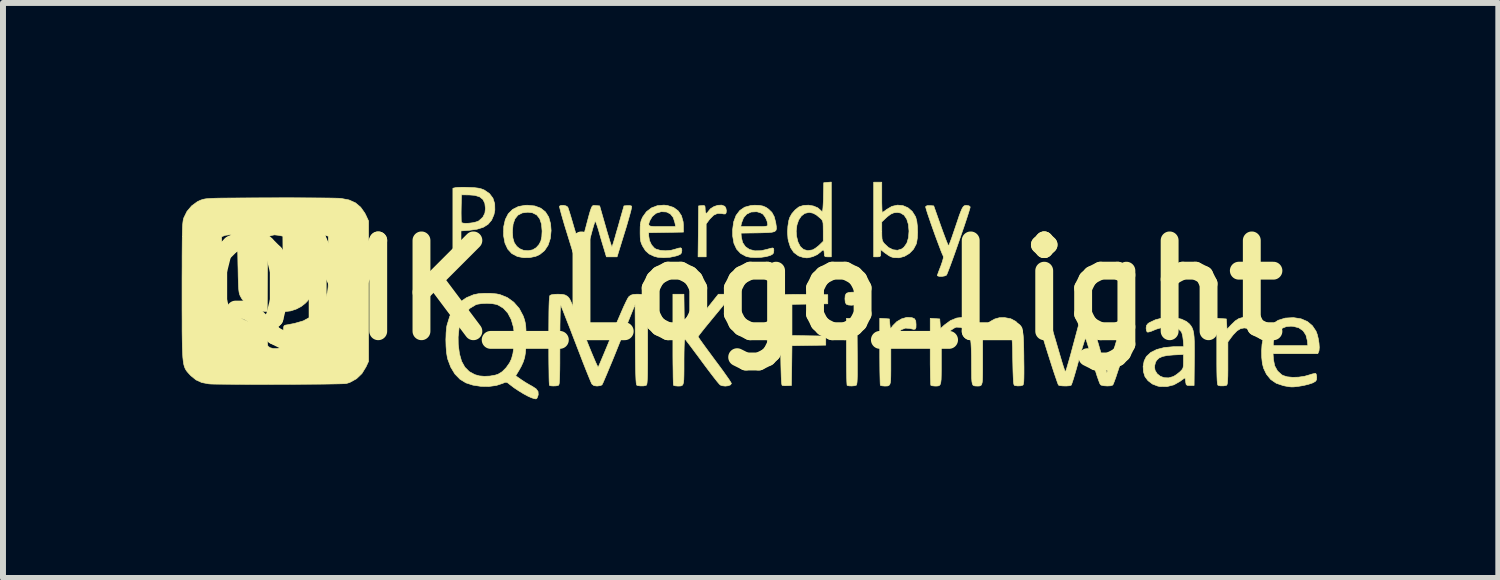
<source format=kicad_pcb>
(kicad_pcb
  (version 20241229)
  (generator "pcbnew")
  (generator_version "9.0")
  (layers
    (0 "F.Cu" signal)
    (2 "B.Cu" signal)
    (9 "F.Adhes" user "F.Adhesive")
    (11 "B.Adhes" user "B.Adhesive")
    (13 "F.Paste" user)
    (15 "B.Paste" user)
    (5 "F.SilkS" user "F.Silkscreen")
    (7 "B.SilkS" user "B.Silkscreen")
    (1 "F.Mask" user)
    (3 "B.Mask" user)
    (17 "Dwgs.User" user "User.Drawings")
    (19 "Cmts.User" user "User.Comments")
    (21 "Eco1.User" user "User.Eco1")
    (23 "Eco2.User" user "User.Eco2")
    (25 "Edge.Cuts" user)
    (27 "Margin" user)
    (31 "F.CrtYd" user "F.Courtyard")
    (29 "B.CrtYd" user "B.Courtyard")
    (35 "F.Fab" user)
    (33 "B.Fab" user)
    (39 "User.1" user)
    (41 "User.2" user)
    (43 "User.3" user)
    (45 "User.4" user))
  (footprint "QMK_Logo_Light"
    (layer "F.Cu")
    (at 9.393 1.819)
    (property "Reference" "QMK_Logo_Light" (at 0 0 0) (layer "F.SilkS") (effects (font (size 1.524 1.524) (thickness 0.3))))
    (attr through_hole)
    (fp_poly (pts (xy 1.91 0.039) (xy 1.94 0.056) (xy 1.947 0.067) (xy 1.962 0.119) (xy 1.961 0.176) (xy 1.943 0.221) (xy 1.938 0.227) (xy 1.901 0.246) (xy 1.848 0.253) (xy 1.794 0.249) (xy 1.761 0.237) (xy 1.742 0.207) (xy 1.736 0.147) (xy 1.736 0.144) (xy 1.741 0.087) (xy 1.761 0.053) (xy 1.802 0.038) (xy 1.858 0.034) (xy 1.91 0.039)) (stroke (width 0.01) (type solid)) (fill yes) (layer "F.SilkS"))
    (fp_poly (pts (xy 1.939 0.483) (xy 1.943 1.032) (xy 1.944 1.19) (xy 1.944 1.318) (xy 1.944 1.417) (xy 1.942 1.492) (xy 1.939 1.544) (xy 1.934 1.576) (xy 1.929 1.592) (xy 1.926 1.595) (xy 1.895 1.604) (xy 1.85 1.608) (xy 1.804 1.606) (xy 1.775 1.599) (xy 1.772 1.597) (xy 1.77 1.578) (xy 1.767 1.529) (xy 1.765 1.455) (xy 1.763 1.359) (xy 1.762 1.245) (xy 1.761 1.117) (xy 1.761 1.029) (xy 1.761 0.472) (xy 1.939 0.483)) (stroke (width 0.01) (type solid)) (fill yes) (layer "F.SilkS"))
    (fp_poly (pts (xy -0.283 -1.408) (xy -0.28 -1.406) (xy -0.262 -1.376) (xy -0.254 -1.335) (xy -0.258 -1.297) (xy -0.269 -1.28) (xy -0.294 -1.278) (xy -0.333 -1.285) (xy -0.401 -1.288) (xy -0.468 -1.258) (xy -0.531 -1.194) (xy -0.539 -1.184) (xy -0.593 -1.111) (xy -0.593 -0.559) (xy -0.729 -0.559) (xy -0.724 -0.986) (xy -0.72 -1.414) (xy -0.665 -1.419) (xy -0.63 -1.421) (xy -0.614 -1.41) (xy -0.61 -1.378) (xy -0.61 -1.356) (xy -0.605 -1.307) (xy -0.591 -1.288) (xy -0.571 -1.301) (xy -0.559 -1.32) (xy -0.519 -1.367) (xy -0.461 -1.403) (xy -0.396 -1.424) (xy -0.333 -1.427) (xy -0.283 -1.408)) (stroke (width 0.01) (type solid)) (fill yes) (layer "F.SilkS"))
    (fp_poly (pts (xy 1.077 0.072) (xy 1.448 0.076) (xy 1.448 0.229) (xy 0.847 0.238) (xy 0.847 0.761) (xy 1.13 0.766) (xy 1.414 0.77) (xy 1.414 0.923) (xy 0.847 0.932) (xy 0.843 1.266) (xy 0.838 1.6) (xy 0.77 1.603) (xy 0.722 1.604) (xy 0.686 1.599) (xy 0.682 1.598) (xy 0.676 1.579) (xy 0.671 1.531) (xy 0.667 1.457) (xy 0.664 1.361) (xy 0.661 1.249) (xy 0.659 1.124) (xy 0.658 0.99) (xy 0.658 0.852) (xy 0.659 0.713) (xy 0.66 0.578) (xy 0.662 0.452) (xy 0.665 0.337) (xy 0.668 0.24) (xy 0.673 0.162) (xy 0.678 0.11) (xy 0.683 0.087) (xy 0.684 0.086) (xy 0.706 0.079) (xy 0.755 0.074) (xy 0.832 0.072) (xy 0.939 0.071) (xy 1.077 0.072)) (stroke (width 0.01) (type solid)) (fill yes) (layer "F.SilkS"))
    (fp_poly (pts (xy 8.518 0.462) (xy 8.56 0.48) (xy 8.58 0.517) (xy 8.585 0.576) (xy 8.584 0.629) (xy 8.575 0.653) (xy 8.551 0.657) (xy 8.505 0.645) (xy 8.503 0.644) (xy 8.436 0.634) (xy 8.375 0.646) (xy 8.315 0.683) (xy 8.252 0.748) (xy 8.21 0.803) (xy 8.162 0.869) (xy 8.162 1.228) (xy 8.162 1.349) (xy 8.161 1.44) (xy 8.158 1.506) (xy 8.155 1.551) (xy 8.15 1.578) (xy 8.143 1.593) (xy 8.135 1.598) (xy 8.09 1.606) (xy 8.036 1.606) (xy 7.997 1.597) (xy 7.991 1.587) (xy 7.986 1.561) (xy 7.982 1.515) (xy 7.979 1.447) (xy 7.977 1.354) (xy 7.976 1.234) (xy 7.976 1.083) (xy 7.976 1.031) (xy 7.976 0.472) (xy 8.136 0.483) (xy 8.142 0.57) (xy 8.147 0.658) (xy 8.217 0.582) (xy 8.285 0.516) (xy 8.346 0.477) (xy 8.411 0.459) (xy 8.45 0.457) (xy 8.518 0.462)) (stroke (width 0.01) (type solid)) (fill yes) (layer "F.SilkS"))
    (fp_poly (pts (xy 2.861 0.462) (xy 2.903 0.48) (xy 2.924 0.516) (xy 2.929 0.575) (xy 2.929 0.576) (xy 2.928 0.627) (xy 2.917 0.653) (xy 2.891 0.658) (xy 2.842 0.647) (xy 2.824 0.643) (xy 2.752 0.637) (xy 2.683 0.663) (xy 2.613 0.721) (xy 2.572 0.77) (xy 2.506 0.858) (xy 2.506 1.223) (xy 2.506 1.347) (xy 2.505 1.441) (xy 2.503 1.509) (xy 2.497 1.556) (xy 2.487 1.585) (xy 2.471 1.601) (xy 2.449 1.608) (xy 2.42 1.609) (xy 2.398 1.609) (xy 2.356 1.605) (xy 2.332 1.598) (xy 2.331 1.597) (xy 2.328 1.578) (xy 2.326 1.529) (xy 2.324 1.455) (xy 2.322 1.359) (xy 2.321 1.245) (xy 2.32 1.117) (xy 2.32 1.029) (xy 2.32 0.472) (xy 2.4 0.477) (xy 2.481 0.483) (xy 2.489 0.567) (xy 2.498 0.652) (xy 2.54 0.595) (xy 2.606 0.529) (xy 2.686 0.482) (xy 2.769 0.458) (xy 2.792 0.457) (xy 2.861 0.462)) (stroke (width 0.01) (type solid)) (fill yes) (layer "F.SilkS"))
    (fp_poly (pts (xy -4.633 -1.726) (xy -4.576 -1.724) (xy -4.485 -1.72) (xy -4.419 -1.712) (xy -4.367 -1.7) (xy -4.321 -1.682) (xy -4.313 -1.678) (xy -4.229 -1.62) (xy -4.171 -1.543) (xy -4.141 -1.449) (xy -4.139 -1.343) (xy -4.154 -1.268) (xy -4.193 -1.176) (xy -4.252 -1.106) (xy -4.333 -1.055) (xy -4.44 -1.022) (xy -4.563 -1.005) (xy -4.707 -0.994) (xy -4.707 -0.559) (xy -4.843 -0.559) (xy -4.843 -1.297) (xy -4.705 -1.297) (xy -4.704 -1.223) (xy -4.703 -1.168) (xy -4.7 -1.139) (xy -4.699 -1.138) (xy -4.678 -1.125) (xy -4.634 -1.121) (xy -4.575 -1.123) (xy -4.512 -1.131) (xy -4.455 -1.144) (xy -4.411 -1.161) (xy -4.404 -1.166) (xy -4.34 -1.225) (xy -4.306 -1.293) (xy -4.297 -1.37) (xy -4.307 -1.457) (xy -4.339 -1.522) (xy -4.394 -1.566) (xy -4.475 -1.591) (xy -4.568 -1.598) (xy -4.699 -1.6) (xy -4.704 -1.381) (xy -4.705 -1.297) (xy -4.843 -1.297) (xy -4.843 -1.71) (xy -4.8 -1.72) (xy -4.766 -1.724) (xy -4.707 -1.726) (xy -4.633 -1.726)) (stroke (width 0.01) (type solid)) (fill yes) (layer "F.SilkS"))
    (fp_poly (pts (xy -3.468 -1.413) (xy -3.368 -1.375) (xy -3.29 -1.313) (xy -3.235 -1.226) (xy -3.204 -1.114) (xy -3.195 -0.999) (xy -3.208 -0.867) (xy -3.245 -0.755) (xy -3.305 -0.664) (xy -3.386 -0.598) (xy -3.452 -0.568) (xy -3.551 -0.547) (xy -3.656 -0.545) (xy -3.753 -0.563) (xy -3.765 -0.567) (xy -3.855 -0.615) (xy -3.923 -0.69) (xy -3.969 -0.789) (xy -3.992 -0.912) (xy -3.993 -0.925) (xy -3.992 -0.981) (xy -3.844 -0.981) (xy -3.837 -0.877) (xy -3.814 -0.797) (xy -3.772 -0.736) (xy -3.725 -0.697) (xy -3.657 -0.668) (xy -3.578 -0.662) (xy -3.503 -0.677) (xy -3.444 -0.713) (xy -3.397 -0.766) (xy -3.367 -0.824) (xy -3.351 -0.897) (xy -3.346 -0.992) (xy -3.356 -1.109) (xy -3.386 -1.199) (xy -3.436 -1.262) (xy -3.507 -1.298) (xy -3.585 -1.308) (xy -3.679 -1.296) (xy -3.751 -1.259) (xy -3.802 -1.196) (xy -3.833 -1.107) (xy -3.844 -0.99) (xy -3.844 -0.981) (xy -3.992 -0.981) (xy -3.99 -1.067) (xy -3.963 -1.186) (xy -3.913 -1.283) (xy -3.84 -1.355) (xy -3.745 -1.403) (xy -3.63 -1.424) (xy -3.591 -1.425) (xy -3.468 -1.413)) (stroke (width 0.01) (type solid)) (fill yes) (layer "F.SilkS"))
    (fp_poly (pts (xy -1.241 -1.42) (xy -1.139 -1.387) (xy -1.061 -1.329) (xy -1.008 -1.249) (xy -0.979 -1.146) (xy -0.975 -1.084) (xy -0.974 -0.974) (xy -1.558 -0.964) (xy -1.557 -0.91) (xy -1.544 -0.832) (xy -1.51 -0.76) (xy -1.461 -0.705) (xy -1.435 -0.689) (xy -1.363 -0.668) (xy -1.274 -0.661) (xy -1.182 -0.669) (xy -1.118 -0.686) (xy -1.056 -0.705) (xy -1.02 -0.71) (xy -1.004 -0.697) (xy -1.001 -0.667) (xy -1.002 -0.657) (xy -1.008 -0.625) (xy -1.024 -0.604) (xy -1.058 -0.587) (xy -1.101 -0.573) (xy -1.2 -0.552) (xy -1.306 -0.545) (xy -1.405 -0.552) (xy -1.464 -0.567) (xy -1.549 -0.607) (xy -1.611 -0.662) (xy -1.659 -0.738) (xy -1.68 -0.783) (xy -1.693 -0.826) (xy -1.699 -0.879) (xy -1.701 -0.951) (xy -1.701 -0.982) (xy -1.7 -1.063) (xy -1.696 -1.103) (xy -1.558 -1.103) (xy -1.55 -1.084) (xy -1.524 -1.073) (xy -1.475 -1.068) (xy -1.399 -1.067) (xy -1.332 -1.067) (xy -1.105 -1.067) (xy -1.117 -1.13) (xy -1.145 -1.219) (xy -1.193 -1.279) (xy -1.259 -1.312) (xy -1.345 -1.317) (xy -1.35 -1.316) (xy -1.432 -1.291) (xy -1.496 -1.238) (xy -1.535 -1.173) (xy -1.551 -1.132) (xy -1.558 -1.103) (xy -1.696 -1.103) (xy -1.695 -1.122) (xy -1.684 -1.168) (xy -1.665 -1.213) (xy -1.658 -1.228) (xy -1.595 -1.316) (xy -1.511 -1.38) (xy -1.411 -1.418) (xy -1.301 -1.427) (xy -1.241 -1.42)) (stroke (width 0.01) (type solid)) (fill yes) (layer "F.SilkS"))
    (fp_poly (pts (xy 2.354 -1.558) (xy 2.354 -1.469) (xy 2.356 -1.394) (xy 2.358 -1.339) (xy 2.361 -1.308) (xy 2.363 -1.304) (xy 2.381 -1.314) (xy 2.415 -1.338) (xy 2.435 -1.354) (xy 2.524 -1.406) (xy 2.617 -1.427) (xy 2.708 -1.419) (xy 2.793 -1.383) (xy 2.865 -1.321) (xy 2.919 -1.235) (xy 2.925 -1.22) (xy 2.942 -1.154) (xy 2.952 -1.066) (xy 2.955 -0.97) (xy 2.951 -0.877) (xy 2.939 -0.8) (xy 2.932 -0.774) (xy 2.886 -0.687) (xy 2.818 -0.617) (xy 2.736 -0.568) (xy 2.646 -0.543) (xy 2.554 -0.546) (xy 2.508 -0.56) (xy 2.471 -0.58) (xy 2.423 -0.613) (xy 2.402 -0.628) (xy 2.337 -0.68) (xy 2.337 -0.619) (xy 2.334 -0.579) (xy 2.32 -0.562) (xy 2.285 -0.559) (xy 2.278 -0.559) (xy 2.218 -0.559) (xy 2.218 -1.145) (xy 2.354 -1.145) (xy 2.354 -0.988) (xy 2.355 -0.913) (xy 2.358 -0.863) (xy 2.366 -0.828) (xy 2.381 -0.801) (xy 2.398 -0.78) (xy 2.468 -0.715) (xy 2.543 -0.678) (xy 2.618 -0.669) (xy 2.688 -0.691) (xy 2.726 -0.72) (xy 2.775 -0.789) (xy 2.803 -0.883) (xy 2.811 -0.991) (xy 2.801 -1.103) (xy 2.773 -1.193) (xy 2.729 -1.258) (xy 2.669 -1.295) (xy 2.614 -1.304) (xy 2.557 -1.298) (xy 2.505 -1.276) (xy 2.449 -1.234) (xy 2.417 -1.205) (xy 2.354 -1.145) (xy 2.218 -1.145) (xy 2.218 -1.812) (xy 2.354 -1.812) (xy 2.354 -1.558)) (stroke (width 0.01) (type solid)) (fill yes) (layer "F.SilkS"))
    (fp_poly (pts (xy 3.818 -1.415) (xy 3.838 -1.397) (xy 3.834 -1.377) (xy 3.82 -1.33) (xy 3.798 -1.26) (xy 3.769 -1.171) (xy 3.735 -1.069) (xy 3.696 -0.957) (xy 3.656 -0.84) (xy 3.615 -0.722) (xy 3.575 -0.608) (xy 3.537 -0.503) (xy 3.503 -0.41) (xy 3.474 -0.335) (xy 3.453 -0.281) (xy 3.441 -0.254) (xy 3.439 -0.252) (xy 3.411 -0.239) (xy 3.367 -0.231) (xy 3.324 -0.231) (xy 3.315 -0.232) (xy 3.29 -0.241) (xy 3.285 -0.245) (xy 3.291 -0.262) (xy 3.306 -0.304) (xy 3.328 -0.362) (xy 3.343 -0.399) (xy 3.372 -0.483) (xy 3.387 -0.539) (xy 3.386 -0.571) (xy 3.384 -0.575) (xy 3.37 -0.605) (xy 3.347 -0.661) (xy 3.319 -0.735) (xy 3.286 -0.823) (xy 3.25 -0.92) (xy 3.214 -1.021) (xy 3.179 -1.12) (xy 3.148 -1.211) (xy 3.121 -1.29) (xy 3.102 -1.352) (xy 3.091 -1.391) (xy 3.09 -1.402) (xy 3.114 -1.418) (xy 3.162 -1.419) (xy 3.226 -1.414) (xy 3.344 -1.08) (xy 3.38 -0.98) (xy 3.413 -0.892) (xy 3.44 -0.821) (xy 3.461 -0.771) (xy 3.473 -0.747) (xy 3.474 -0.745) (xy 3.483 -0.76) (xy 3.5 -0.803) (xy 3.524 -0.867) (xy 3.552 -0.949) (xy 3.582 -1.037) (xy 3.623 -1.158) (xy 3.654 -1.251) (xy 3.68 -1.319) (xy 3.7 -1.366) (xy 3.718 -1.396) (xy 3.735 -1.413) (xy 3.752 -1.421) (xy 3.773 -1.422) (xy 3.777 -1.422) (xy 3.818 -1.415)) (stroke (width 0.01) (type solid)) (fill yes) (layer "F.SilkS"))
    (fp_poly (pts (xy 0.301 -1.422) (xy 0.36 -1.411) (xy 0.411 -1.389) (xy 0.453 -1.36) (xy 0.51 -1.305) (xy 0.549 -1.233) (xy 0.574 -1.136) (xy 0.576 -1.123) (xy 0.584 -1.069) (xy 0.586 -1.029) (xy 0.577 -1.001) (xy 0.554 -0.983) (xy 0.511 -0.972) (xy 0.446 -0.966) (xy 0.354 -0.963) (xy 0.275 -0.961) (xy -0.008 -0.957) (xy -0.003 -0.889) (xy 0.019 -0.798) (xy 0.066 -0.729) (xy 0.134 -0.683) (xy 0.223 -0.66) (xy 0.329 -0.662) (xy 0.433 -0.686) (xy 0.491 -0.703) (xy 0.523 -0.708) (xy 0.538 -0.7) (xy 0.542 -0.678) (xy 0.542 -0.66) (xy 0.537 -0.623) (xy 0.515 -0.599) (xy 0.478 -0.581) (xy 0.413 -0.563) (xy 0.329 -0.551) (xy 0.238 -0.547) (xy 0.153 -0.551) (xy 0.087 -0.563) (xy 0.078 -0.566) (xy -0.014 -0.616) (xy -0.082 -0.689) (xy -0.127 -0.786) (xy -0.148 -0.908) (xy -0.149 -1.014) (xy -0.142 -1.067) (xy -0.013 -1.067) (xy 0.213 -1.067) (xy 0.305 -1.067) (xy 0.368 -1.068) (xy 0.407 -1.072) (xy 0.429 -1.077) (xy 0.438 -1.087) (xy 0.44 -1.1) (xy 0.44 -1.101) (xy 0.429 -1.158) (xy 0.401 -1.221) (xy 0.364 -1.271) (xy 0.359 -1.276) (xy 0.319 -1.298) (xy 0.265 -1.314) (xy 0.249 -1.316) (xy 0.161 -1.311) (xy 0.089 -1.277) (xy 0.035 -1.216) (xy 0.001 -1.129) (xy 0.000086 -1.126) (xy -0.013 -1.067) (xy -0.142 -1.067) (xy -0.131 -1.147) (xy -0.091 -1.254) (xy -0.029 -1.336) (xy 0.053 -1.392) (xy 0.156 -1.42) (xy 0.22 -1.425) (xy 0.301 -1.422)) (stroke (width 0.01) (type solid)) (fill yes) (layer "F.SilkS"))
    (fp_poly (pts (xy 1.507 -0.559) (xy 1.448 -0.559) (xy 1.408 -0.561) (xy 1.392 -0.576) (xy 1.389 -0.614) (xy 1.389 -0.618) (xy 1.384 -0.662) (xy 1.369 -0.675) (xy 1.342 -0.656) (xy 1.328 -0.641) (xy 1.272 -0.597) (xy 1.198 -0.563) (xy 1.12 -0.544) (xy 1.092 -0.542) (xy 1.034 -0.55) (xy 0.97 -0.57) (xy 0.952 -0.578) (xy 0.878 -0.633) (xy 0.823 -0.715) (xy 0.788 -0.825) (xy 0.78 -0.864) (xy 0.773 -0.964) (xy 0.774 -0.993) (xy 0.918 -0.993) (xy 0.923 -0.909) (xy 0.948 -0.807) (xy 0.988 -0.73) (xy 1.043 -0.682) (xy 1.111 -0.663) (xy 1.189 -0.675) (xy 1.197 -0.678) (xy 1.237 -0.701) (xy 1.286 -0.738) (xy 1.308 -0.758) (xy 1.372 -0.82) (xy 1.372 -0.991) (xy 1.371 -1.069) (xy 1.369 -1.121) (xy 1.362 -1.155) (xy 1.351 -1.178) (xy 1.332 -1.199) (xy 1.325 -1.205) (xy 1.259 -1.26) (xy 1.203 -1.291) (xy 1.148 -1.303) (xy 1.129 -1.304) (xy 1.061 -1.288) (xy 1.004 -1.244) (xy 0.959 -1.177) (xy 0.93 -1.092) (xy 0.918 -0.993) (xy 0.774 -0.993) (xy 0.778 -1.07) (xy 0.794 -1.169) (xy 0.81 -1.22) (xy 0.845 -1.283) (xy 0.899 -1.345) (xy 0.957 -1.392) (xy 0.969 -1.399) (xy 1.042 -1.422) (xy 1.125 -1.426) (xy 1.207 -1.412) (xy 1.279 -1.382) (xy 1.32 -1.347) (xy 1.344 -1.325) (xy 1.356 -1.321) (xy 1.362 -1.337) (xy 1.367 -1.381) (xy 1.371 -1.446) (xy 1.375 -1.528) (xy 1.375 -1.562) (xy 1.38 -1.803) (xy 1.444 -1.809) (xy 1.507 -1.814) (xy 1.507 -0.559)) (stroke (width 0.01) (type solid)) (fill yes) (layer "F.SilkS"))
    (fp_poly (pts (xy 9.263 0.461) (xy 9.39 0.481) (xy 9.495 0.526) (xy 9.579 0.596) (xy 9.641 0.688) (xy 9.662 0.744) (xy 9.679 0.814) (xy 9.691 0.889) (xy 9.696 0.959) (xy 9.692 1.011) (xy 9.688 1.027) (xy 9.67 1.067) (xy 8.92 1.067) (xy 8.927 1.167) (xy 8.948 1.271) (xy 8.995 1.356) (xy 9.064 1.419) (xy 9.087 1.432) (xy 9.157 1.454) (xy 9.247 1.463) (xy 9.348 1.46) (xy 9.449 1.445) (xy 9.523 1.424) (xy 9.577 1.407) (xy 9.619 1.398) (xy 9.637 1.398) (xy 9.647 1.42) (xy 9.652 1.46) (xy 9.652 1.467) (xy 9.649 1.504) (xy 9.633 1.529) (xy 9.597 1.55) (xy 9.578 1.559) (xy 9.517 1.579) (xy 9.436 1.599) (xy 9.348 1.614) (xy 9.268 1.623) (xy 9.229 1.624) (xy 9.188 1.62) (xy 9.131 1.61) (xy 9.091 1.602) (xy 8.975 1.563) (xy 8.882 1.5) (xy 8.809 1.41) (xy 8.762 1.312) (xy 8.741 1.232) (xy 8.73 1.13) (xy 8.728 1.019) (xy 8.735 0.911) (xy 8.74 0.886) (xy 8.924 0.886) (xy 8.924 0.931) (xy 9.504 0.931) (xy 9.496 0.849) (xy 9.472 0.754) (xy 9.424 0.681) (xy 9.351 0.631) (xy 9.258 0.607) (xy 9.217 0.605) (xy 9.144 0.611) (xy 9.084 0.635) (xy 9.062 0.648) (xy 9.006 0.699) (xy 8.96 0.767) (xy 8.931 0.84) (xy 8.924 0.886) (xy 8.74 0.886) (xy 8.752 0.817) (xy 8.763 0.78) (xy 8.822 0.663) (xy 8.904 0.572) (xy 9.005 0.506) (xy 9.123 0.469) (xy 9.258 0.461) (xy 9.263 0.461)) (stroke (width 0.01) (type solid)) (fill yes) (layer "F.SilkS"))
    (fp_poly (pts (xy -0.957 0.782) (xy -0.672 0.425) (xy -0.388 0.068) (xy -0.298 0.068) (xy -0.246 0.07) (xy -0.209 0.074) (xy -0.199 0.078) (xy -0.194 0.088) (xy -0.197 0.103) (xy -0.21 0.127) (xy -0.234 0.164) (xy -0.273 0.214) (xy -0.328 0.283) (xy -0.401 0.372) (xy -0.469 0.454) (xy -0.541 0.542) (xy -0.606 0.621) (xy -0.66 0.689) (xy -0.7 0.74) (xy -0.723 0.772) (xy -0.728 0.781) (xy -0.718 0.798) (xy -0.691 0.838) (xy -0.648 0.898) (xy -0.593 0.974) (xy -0.527 1.063) (xy -0.455 1.161) (xy -0.449 1.169) (xy -0.375 1.268) (xy -0.309 1.358) (xy -0.253 1.437) (xy -0.209 1.5) (xy -0.181 1.544) (xy -0.169 1.565) (xy -0.169 1.565) (xy -0.184 1.589) (xy -0.222 1.604) (xy -0.272 1.61) (xy -0.323 1.604) (xy -0.356 1.592) (xy -0.374 1.574) (xy -0.409 1.533) (xy -0.458 1.471) (xy -0.518 1.393) (xy -0.586 1.303) (xy -0.659 1.205) (xy -0.661 1.202) (xy -0.733 1.104) (xy -0.8 1.015) (xy -0.857 0.938) (xy -0.903 0.878) (xy -0.935 0.837) (xy -0.949 0.821) (xy -0.95 0.82) (xy -0.955 0.834) (xy -0.959 0.877) (xy -0.962 0.949) (xy -0.964 1.045) (xy -0.965 1.162) (xy -0.965 1.199) (xy -0.965 1.328) (xy -0.966 1.426) (xy -0.968 1.498) (xy -0.973 1.548) (xy -0.982 1.58) (xy -0.996 1.599) (xy -1.016 1.607) (xy -1.043 1.609) (xy -1.074 1.609) (xy -1.115 1.605) (xy -1.14 1.598) (xy -1.14 1.597) (xy -1.143 1.579) (xy -1.145 1.529) (xy -1.147 1.453) (xy -1.148 1.354) (xy -1.15 1.234) (xy -1.151 1.098) (xy -1.151 0.948) (xy -1.151 0.827) (xy -1.151 0.068) (xy -0.966 0.068) (xy -0.957 0.782)) (stroke (width 0.01) (type solid)) (fill yes) (layer "F.SilkS"))
    (fp_poly (pts (xy 7.28 0.464) (xy 7.382 0.486) (xy 7.467 0.526) (xy 7.516 0.567) (xy 7.542 0.599) (xy 7.562 0.632) (xy 7.577 0.672) (xy 7.588 0.722) (xy 7.595 0.786) (xy 7.599 0.869) (xy 7.6 0.976) (xy 7.6 1.11) (xy 7.599 1.18) (xy 7.595 1.6) (xy 7.527 1.6) (xy 7.483 1.598) (xy 7.463 1.586) (xy 7.456 1.555) (xy 7.454 1.537) (xy 7.449 1.496) (xy 7.443 1.474) (xy 7.441 1.473) (xy 7.425 1.483) (xy 7.39 1.507) (xy 7.358 1.531) (xy 7.255 1.589) (xy 7.14 1.618) (xy 7.021 1.617) (xy 6.983 1.609) (xy 6.895 1.575) (xy 6.821 1.518) (xy 6.771 1.452) (xy 6.745 1.369) (xy 6.74 1.281) (xy 6.93 1.281) (xy 6.94 1.346) (xy 6.974 1.402) (xy 7.026 1.444) (xy 7.092 1.469) (xy 7.167 1.472) (xy 7.245 1.45) (xy 7.253 1.446) (xy 7.301 1.416) (xy 7.351 1.376) (xy 7.362 1.366) (xy 7.391 1.336) (xy 7.408 1.308) (xy 7.415 1.271) (xy 7.417 1.213) (xy 7.417 1.197) (xy 7.417 1.079) (xy 7.252 1.087) (xy 7.144 1.096) (xy 7.064 1.113) (xy 7.007 1.139) (xy 6.967 1.178) (xy 6.948 1.209) (xy 6.93 1.281) (xy 6.74 1.281) (xy 6.74 1.277) (xy 6.757 1.188) (xy 6.794 1.114) (xy 6.795 1.113) (xy 6.867 1.046) (xy 6.967 0.996) (xy 7.094 0.963) (xy 7.246 0.949) (xy 7.294 0.948) (xy 7.421 0.948) (xy 7.413 0.842) (xy 7.405 0.779) (xy 7.392 0.725) (xy 7.381 0.698) (xy 7.332 0.65) (xy 7.261 0.621) (xy 7.173 0.612) (xy 7.073 0.622) (xy 6.969 0.652) (xy 6.931 0.667) (xy 6.876 0.69) (xy 6.832 0.703) (xy 6.808 0.703) (xy 6.796 0.68) (xy 6.79 0.639) (xy 6.79 0.635) (xy 6.797 0.592) (xy 6.822 0.56) (xy 6.845 0.545) (xy 6.944 0.498) (xy 7.054 0.469) (xy 7.169 0.458) (xy 7.28 0.464)) (stroke (width 0.01) (type solid)) (fill yes) (layer "F.SilkS"))
    (fp_poly (pts (xy -2.946 -1.414) (xy -2.918 -1.396) (xy -2.915 -1.393) (xy -2.906 -1.368) (xy -2.889 -1.316) (xy -2.866 -1.242) (xy -2.84 -1.154) (xy -2.812 -1.058) (xy -2.783 -0.962) (xy -2.757 -0.876) (xy -2.735 -0.807) (xy -2.719 -0.76) (xy -2.711 -0.74) (xy -2.711 -0.74) (xy -2.703 -0.752) (xy -2.688 -0.791) (xy -2.668 -0.854) (xy -2.645 -0.935) (xy -2.619 -1.03) (xy -2.617 -1.037) (xy -2.585 -1.159) (xy -2.56 -1.253) (xy -2.54 -1.322) (xy -2.524 -1.369) (xy -2.511 -1.399) (xy -2.498 -1.415) (xy -2.483 -1.421) (xy -2.465 -1.421) (xy -2.443 -1.419) (xy -2.38 -1.414) (xy -2.284 -1.079) (xy -2.255 -0.977) (xy -2.228 -0.887) (xy -2.206 -0.814) (xy -2.189 -0.762) (xy -2.18 -0.736) (xy -2.179 -0.734) (xy -2.175 -0.732) (xy -2.171 -0.736) (xy -2.165 -0.75) (xy -2.156 -0.776) (xy -2.143 -0.818) (xy -2.124 -0.881) (xy -2.1 -0.967) (xy -2.067 -1.079) (xy -2.044 -1.162) (xy -1.972 -1.414) (xy -1.915 -1.419) (xy -1.872 -1.419) (xy -1.845 -1.411) (xy -1.844 -1.41) (xy -1.844 -1.39) (xy -1.854 -1.342) (xy -1.873 -1.27) (xy -1.899 -1.178) (xy -1.93 -1.07) (xy -1.959 -0.977) (xy -2.088 -0.559) (xy -2.267 -0.559) (xy -2.309 -0.699) (xy -2.334 -0.781) (xy -2.363 -0.879) (xy -2.39 -0.975) (xy -2.398 -1.004) (xy -2.419 -1.071) (xy -2.437 -1.122) (xy -2.45 -1.152) (xy -2.456 -1.156) (xy -2.464 -1.136) (xy -2.479 -1.089) (xy -2.499 -1.022) (xy -2.521 -0.94) (xy -2.53 -0.906) (xy -2.561 -0.791) (xy -2.584 -0.704) (xy -2.602 -0.642) (xy -2.617 -0.601) (xy -2.631 -0.575) (xy -2.647 -0.563) (xy -2.667 -0.558) (xy -2.692 -0.558) (xy -2.716 -0.559) (xy -2.805 -0.559) (xy -2.934 -0.977) (xy -2.969 -1.09) (xy -2.999 -1.193) (xy -3.024 -1.28) (xy -3.042 -1.349) (xy -3.053 -1.393) (xy -3.055 -1.409) (xy -3.029 -1.422) (xy -2.988 -1.423) (xy -2.946 -1.414)) (stroke (width 0.01) (type solid)) (fill yes) (layer "F.SilkS"))
    (fp_poly (pts (xy -4.208 0.054) (xy -4.11 0.063) (xy -4.055 0.074) (xy -3.93 0.124) (xy -3.821 0.203) (xy -3.731 0.306) (xy -3.665 0.43) (xy -3.657 0.451) (xy -3.64 0.501) (xy -3.629 0.548) (xy -3.621 0.599) (xy -3.617 0.662) (xy -3.615 0.745) (xy -3.615 0.813) (xy -3.617 0.942) (xy -3.625 1.045) (xy -3.639 1.131) (xy -3.663 1.206) (xy -3.697 1.28) (xy -3.731 1.341) (xy -3.789 1.437) (xy -3.694 1.504) (xy -3.628 1.547) (xy -3.557 1.589) (xy -3.511 1.614) (xy -3.447 1.656) (xy -3.414 1.701) (xy -3.411 1.754) (xy -3.42 1.785) (xy -3.433 1.814) (xy -3.448 1.825) (xy -3.477 1.821) (xy -3.526 1.805) (xy -3.584 1.779) (xy -3.658 1.739) (xy -3.738 1.69) (xy -3.815 1.639) (xy -3.878 1.591) (xy -3.882 1.588) (xy -3.921 1.557) (xy -3.948 1.545) (xy -3.974 1.549) (xy -4.004 1.563) (xy -4.113 1.599) (xy -4.239 1.616) (xy -4.374 1.614) (xy -4.506 1.594) (xy -4.624 1.556) (xy -4.724 1.495) (xy -4.81 1.406) (xy -4.879 1.292) (xy -4.929 1.159) (xy -4.936 1.131) (xy -4.95 1.046) (xy -4.958 0.941) (xy -4.961 0.827) (xy -4.959 0.786) (xy -4.755 0.786) (xy -4.753 0.913) (xy -4.733 1.068) (xy -4.697 1.194) (xy -4.642 1.293) (xy -4.568 1.367) (xy -4.474 1.418) (xy -4.399 1.439) (xy -4.316 1.446) (xy -4.222 1.442) (xy -4.133 1.426) (xy -4.085 1.411) (xy -4.015 1.368) (xy -3.948 1.3) (xy -3.891 1.219) (xy -3.86 1.154) (xy -3.836 1.066) (xy -3.82 0.956) (xy -3.812 0.838) (xy -3.814 0.723) (xy -3.826 0.624) (xy -3.864 0.493) (xy -3.921 0.385) (xy -3.996 0.303) (xy -4.086 0.249) (xy -4.113 0.239) (xy -4.185 0.226) (xy -4.271 0.221) (xy -4.358 0.225) (xy -4.431 0.236) (xy -4.459 0.245) (xy -4.559 0.305) (xy -4.639 0.391) (xy -4.7 0.501) (xy -4.739 0.633) (xy -4.755 0.786) (xy -4.959 0.786) (xy -4.957 0.716) (xy -4.948 0.622) (xy -4.942 0.589) (xy -4.895 0.437) (xy -4.824 0.309) (xy -4.73 0.204) (xy -4.613 0.125) (xy -4.494 0.076) (xy -4.414 0.06) (xy -4.314 0.053) (xy -4.208 0.054)) (stroke (width 0.01) (type solid)) (fill yes) (layer "F.SilkS"))
    (fp_poly (pts (xy 5.187 0.555) (xy 5.199 0.594) (xy 5.218 0.661) (xy 5.243 0.748) (xy 5.273 0.849) (xy 5.305 0.959) (xy 5.318 1.003) (xy 5.349 1.109) (xy 5.377 1.203) (xy 5.401 1.28) (xy 5.42 1.336) (xy 5.432 1.367) (xy 5.435 1.372) (xy 5.442 1.356) (xy 5.457 1.312) (xy 5.477 1.243) (xy 5.503 1.154) (xy 5.532 1.05) (xy 5.563 0.933) (xy 5.565 0.927) (xy 5.684 0.483) (xy 5.865 0.483) (xy 5.997 0.931) (xy 6.031 1.049) (xy 6.062 1.155) (xy 6.089 1.247) (xy 6.11 1.319) (xy 6.124 1.368) (xy 6.13 1.388) (xy 6.13 1.389) (xy 6.135 1.375) (xy 6.148 1.333) (xy 6.169 1.265) (xy 6.196 1.175) (xy 6.229 1.067) (xy 6.265 0.944) (xy 6.305 0.809) (xy 6.346 0.666) (xy 6.376 0.563) (xy 6.402 0.474) (xy 6.485 0.474) (xy 6.535 0.477) (xy 6.569 0.484) (xy 6.577 0.489) (xy 6.575 0.509) (xy 6.564 0.557) (xy 6.545 0.627) (xy 6.519 0.716) (xy 6.488 0.819) (xy 6.454 0.93) (xy 6.418 1.046) (xy 6.381 1.162) (xy 6.345 1.273) (xy 6.311 1.374) (xy 6.282 1.462) (xy 6.257 1.53) (xy 6.239 1.576) (xy 6.229 1.593) (xy 6.192 1.605) (xy 6.138 1.608) (xy 6.081 1.604) (xy 6.036 1.594) (xy 6.025 1.587) (xy 6.012 1.565) (xy 5.993 1.515) (xy 5.967 1.441) (xy 5.938 1.349) (xy 5.906 1.242) (xy 5.892 1.194) (xy 5.861 1.087) (xy 5.833 0.99) (xy 5.808 0.909) (xy 5.789 0.849) (xy 5.777 0.814) (xy 5.774 0.808) (xy 5.767 0.82) (xy 5.752 0.86) (xy 5.732 0.924) (xy 5.706 1.009) (xy 5.678 1.109) (xy 5.656 1.189) (xy 5.626 1.299) (xy 5.597 1.399) (xy 5.572 1.483) (xy 5.551 1.547) (xy 5.537 1.586) (xy 5.531 1.596) (xy 5.501 1.604) (xy 5.451 1.608) (xy 5.395 1.607) (xy 5.346 1.602) (xy 5.322 1.595) (xy 5.312 1.577) (xy 5.295 1.53) (xy 5.271 1.461) (xy 5.241 1.373) (xy 5.208 1.271) (xy 5.173 1.161) (xy 5.136 1.045) (xy 5.1 0.93) (xy 5.066 0.819) (xy 5.036 0.718) (xy 5.011 0.631) (xy 4.992 0.563) (xy 4.981 0.518) (xy 4.978 0.504) (xy 4.984 0.486) (xy 5.006 0.477) (xy 5.052 0.474) (xy 5.071 0.474) (xy 5.163 0.474) (xy 5.187 0.555)) (stroke (width 0.01) (type solid)) (fill yes) (layer "F.SilkS"))
    (fp_poly (pts (xy 3.818 0.477) (xy 3.831 0.482) (xy 3.878 0.51) (xy 3.929 0.554) (xy 3.973 0.602) (xy 3.999 0.644) (xy 4 0.646) (xy 4.015 0.651) (xy 4.048 0.63) (xy 4.085 0.598) (xy 4.171 0.528) (xy 4.25 0.484) (xy 4.329 0.462) (xy 4.412 0.46) (xy 4.519 0.48) (xy 4.604 0.525) (xy 4.669 0.596) (xy 4.693 0.638) (xy 4.705 0.665) (xy 4.715 0.691) (xy 4.722 0.721) (xy 4.727 0.761) (xy 4.731 0.814) (xy 4.734 0.886) (xy 4.736 0.98) (xy 4.738 1.103) (xy 4.738 1.15) (xy 4.74 1.287) (xy 4.74 1.394) (xy 4.739 1.474) (xy 4.737 1.53) (xy 4.732 1.567) (xy 4.727 1.587) (xy 4.721 1.594) (xy 4.684 1.605) (xy 4.634 1.607) (xy 4.589 1.601) (xy 4.578 1.596) (xy 4.57 1.578) (xy 4.564 1.534) (xy 4.56 1.462) (xy 4.556 1.36) (xy 4.553 1.227) (xy 4.552 1.185) (xy 4.55 1.055) (xy 4.548 0.955) (xy 4.544 0.879) (xy 4.54 0.823) (xy 4.534 0.783) (xy 4.527 0.755) (xy 4.517 0.733) (xy 4.517 0.733) (xy 4.465 0.667) (xy 4.398 0.63) (xy 4.346 0.623) (xy 4.293 0.629) (xy 4.243 0.648) (xy 4.189 0.687) (xy 4.127 0.742) (xy 4.047 0.82) (xy 4.047 1.204) (xy 4.047 1.331) (xy 4.046 1.428) (xy 4.044 1.5) (xy 4.039 1.549) (xy 4.03 1.581) (xy 4.018 1.599) (xy 3.999 1.607) (xy 3.975 1.609) (xy 3.954 1.609) (xy 3.924 1.608) (xy 3.901 1.604) (xy 3.884 1.593) (xy 3.873 1.57) (xy 3.866 1.53) (xy 3.862 1.471) (xy 3.861 1.387) (xy 3.86 1.274) (xy 3.86 1.239) (xy 3.859 1.095) (xy 3.856 0.98) (xy 3.851 0.891) (xy 3.844 0.823) (xy 3.833 0.771) (xy 3.819 0.732) (xy 3.8 0.7) (xy 3.798 0.697) (xy 3.747 0.652) (xy 3.679 0.625) (xy 3.609 0.621) (xy 3.601 0.622) (xy 3.566 0.638) (xy 3.517 0.671) (xy 3.463 0.715) (xy 3.453 0.724) (xy 3.353 0.816) (xy 3.353 1.202) (xy 3.353 1.33) (xy 3.352 1.427) (xy 3.35 1.499) (xy 3.344 1.549) (xy 3.335 1.581) (xy 3.321 1.599) (xy 3.301 1.607) (xy 3.274 1.609) (xy 3.244 1.609) (xy 3.203 1.605) (xy 3.178 1.598) (xy 3.178 1.597) (xy 3.175 1.578) (xy 3.173 1.529) (xy 3.17 1.455) (xy 3.169 1.359) (xy 3.167 1.245) (xy 3.167 1.117) (xy 3.167 1.029) (xy 3.167 0.472) (xy 3.327 0.483) (xy 3.333 0.564) (xy 3.338 0.646) (xy 3.404 0.586) (xy 3.506 0.511) (xy 3.611 0.468) (xy 3.716 0.456) (xy 3.818 0.477)) (stroke (width 0.01) (type solid)) (fill yes) (layer "F.SilkS"))
    (fp_poly (pts (xy -1.662 0.072) (xy -1.616 0.084) (xy -1.601 0.094) (xy -1.595 0.104) (xy -1.59 0.121) (xy -1.585 0.148) (xy -1.582 0.189) (xy -1.579 0.245) (xy -1.577 0.321) (xy -1.576 0.419) (xy -1.575 0.543) (xy -1.575 0.694) (xy -1.575 0.855) (xy -1.575 1.033) (xy -1.575 1.18) (xy -1.576 1.299) (xy -1.577 1.394) (xy -1.579 1.466) (xy -1.582 1.519) (xy -1.585 1.556) (xy -1.589 1.579) (xy -1.595 1.592) (xy -1.601 1.598) (xy -1.602 1.598) (xy -1.645 1.607) (xy -1.697 1.607) (xy -1.742 1.601) (xy -1.757 1.595) (xy -1.762 1.583) (xy -1.767 1.554) (xy -1.771 1.505) (xy -1.774 1.434) (xy -1.777 1.339) (xy -1.779 1.216) (xy -1.781 1.064) (xy -1.782 0.911) (xy -1.786 0.241) (xy -2.055 0.906) (xy -2.112 1.048) (xy -2.166 1.181) (xy -2.216 1.3) (xy -2.259 1.404) (xy -2.295 1.488) (xy -2.321 1.549) (xy -2.338 1.583) (xy -2.342 1.59) (xy -2.37 1.602) (xy -2.415 1.608) (xy -2.424 1.609) (xy -2.476 1.602) (xy -2.508 1.578) (xy -2.513 1.571) (xy -2.524 1.547) (xy -2.546 1.495) (xy -2.577 1.419) (xy -2.616 1.322) (xy -2.661 1.208) (xy -2.71 1.08) (xy -2.763 0.943) (xy -2.777 0.906) (xy -2.831 0.767) (xy -2.88 0.638) (xy -2.926 0.522) (xy -2.965 0.422) (xy -2.996 0.342) (xy -3.019 0.286) (xy -3.031 0.257) (xy -3.032 0.254) (xy -3.036 0.264) (xy -3.039 0.306) (xy -3.042 0.375) (xy -3.044 0.47) (xy -3.046 0.588) (xy -3.047 0.726) (xy -3.047 0.88) (xy -3.047 0.908) (xy -3.048 1.079) (xy -3.048 1.22) (xy -3.049 1.332) (xy -3.051 1.42) (xy -3.053 1.486) (xy -3.056 1.534) (xy -3.059 1.566) (xy -3.064 1.585) (xy -3.07 1.595) (xy -3.075 1.598) (xy -3.112 1.606) (xy -3.16 1.608) (xy -3.202 1.605) (xy -3.223 1.597) (xy -3.225 1.579) (xy -3.228 1.529) (xy -3.23 1.453) (xy -3.231 1.354) (xy -3.233 1.235) (xy -3.234 1.099) (xy -3.234 0.951) (xy -3.234 0.847) (xy -3.234 0.656) (xy -3.233 0.497) (xy -3.232 0.368) (xy -3.23 0.266) (xy -3.227 0.189) (xy -3.223 0.135) (xy -3.219 0.102) (xy -3.214 0.088) (xy -3.186 0.077) (xy -3.134 0.07) (xy -3.081 0.068) (xy -3.009 0.071) (xy -2.961 0.081) (xy -2.926 0.101) (xy -2.926 0.101) (xy -2.914 0.111) (xy -2.903 0.121) (xy -2.892 0.136) (xy -2.879 0.157) (xy -2.864 0.188) (xy -2.844 0.232) (xy -2.819 0.291) (xy -2.787 0.37) (xy -2.747 0.47) (xy -2.698 0.594) (xy -2.638 0.746) (xy -2.616 0.801) (xy -2.567 0.923) (xy -2.522 1.034) (xy -2.482 1.129) (xy -2.449 1.206) (xy -2.424 1.26) (xy -2.409 1.289) (xy -2.405 1.292) (xy -2.396 1.274) (xy -2.376 1.228) (xy -2.346 1.157) (xy -2.308 1.067) (xy -2.263 0.959) (xy -2.213 0.838) (xy -2.161 0.711) (xy -2.089 0.536) (xy -2.027 0.392) (xy -1.977 0.277) (xy -1.937 0.193) (xy -1.908 0.136) (xy -1.888 0.107) (xy -1.886 0.106) (xy -1.855 0.084) (xy -1.815 0.072) (xy -1.757 0.068) (xy -1.736 0.068) (xy -1.662 0.072)) (stroke (width 0.01) (type solid)) (fill yes) (layer "F.SilkS"))
    (fp_poly (pts (xy -7.541 -1.55) (xy -7.367 -1.549) (xy -7.206 -1.548) (xy -7.062 -1.547) (xy -6.938 -1.546) (xy -6.838 -1.544) (xy -6.765 -1.542) (xy -6.722 -1.539) (xy -6.719 -1.539) (xy -6.587 -1.514) (xy -6.478 -1.465) (xy -6.391 -1.392) (xy -6.321 -1.293) (xy -6.301 -1.253) (xy -6.258 -1.16) (xy -6.258 1.194) (xy -6.301 1.287) (xy -6.37 1.4) (xy -6.461 1.487) (xy -6.572 1.548) (xy -6.629 1.566) (xy -6.656 1.569) (xy -6.712 1.571) (xy -6.796 1.573) (xy -6.903 1.575) (xy -7.029 1.577) (xy -7.173 1.578) (xy -7.329 1.579) (xy -7.494 1.58) (xy -7.666 1.581) (xy -7.84 1.581) (xy -8.013 1.582) (xy -8.182 1.582) (xy -8.342 1.581) (xy -8.491 1.58) (xy -8.626 1.579) (xy -8.741 1.578) (xy -8.835 1.577) (xy -8.904 1.575) (xy -8.942 1.572) (xy -9.058 1.55) (xy -9.154 1.506) (xy -9.24 1.436) (xy -9.257 1.418) (xy -9.281 1.392) (xy -9.303 1.367) (xy -9.321 1.342) (xy -9.336 1.315) (xy -9.349 1.282) (xy -9.36 1.241) (xy -9.368 1.189) (xy -9.375 1.125) (xy -9.379 1.045) (xy -9.383 0.948) (xy -9.385 0.83) (xy -9.387 0.689) (xy -9.387 0.522) (xy -9.388 0.328) (xy -9.388 0.103) (xy -9.388 0.017) (xy -9.388 -0.209) (xy -9.387 -0.404) (xy -9.387 -0.569) (xy -9.386 -0.709) (xy -9.385 -0.825) (xy -9.384 -0.897) (xy -8.724 -0.897) (xy -8.716 -0.427) (xy -8.713 -0.274) (xy -8.71 -0.151) (xy -8.705 -0.052) (xy -8.698 0.026) (xy -8.689 0.089) (xy -8.676 0.14) (xy -8.659 0.184) (xy -8.638 0.226) (xy -8.614 0.266) (xy -8.575 0.321) (xy -8.532 0.372) (xy -8.522 0.382) (xy -8.446 0.442) (xy -8.349 0.497) (xy -8.243 0.54) (xy -8.139 0.568) (xy -8.066 0.576) (xy -8.019 0.577) (xy -7.988 0.586) (xy -7.97 0.607) (xy -7.961 0.647) (xy -7.959 0.712) (xy -7.958 0.76) (xy -7.957 0.832) (xy -7.954 0.892) (xy -7.949 0.932) (xy -7.946 0.941) (xy -7.911 0.966) (xy -7.856 0.98) (xy -7.792 0.98) (xy -7.731 0.966) (xy -7.712 0.957) (xy -7.699 0.944) (xy -7.692 0.921) (xy -7.689 0.881) (xy -7.688 0.817) (xy -7.688 0.771) (xy -7.687 0.692) (xy -7.685 0.64) (xy -7.681 0.61) (xy -7.672 0.594) (xy -7.657 0.588) (xy -7.65 0.586) (xy -7.613 0.58) (xy -7.557 0.569) (xy -7.503 0.559) (xy -7.354 0.516) (xy -7.224 0.445) (xy -7.114 0.35) (xy -7.027 0.232) (xy -6.966 0.096) (xy -6.943 0.008) (xy -6.937 -0.049) (xy -6.932 -0.136) (xy -6.929 -0.251) (xy -6.928 -0.39) (xy -6.929 -0.499) (xy -6.934 -0.905) (xy -6.99 -0.921) (xy -7.062 -0.928) (xy -7.109 -0.921) (xy -7.171 -0.906) (xy -7.181 -0.457) (xy -7.185 -0.304) (xy -7.189 -0.18) (xy -7.196 -0.081) (xy -7.205 -0.003) (xy -7.218 0.058) (xy -7.235 0.107) (xy -7.257 0.148) (xy -7.286 0.185) (xy -7.321 0.221) (xy -7.39 0.275) (xy -7.475 0.319) (xy -7.564 0.348) (xy -7.629 0.356) (xy -7.687 0.356) (xy -7.692 -0.275) (xy -7.696 -0.906) (xy -7.774 -0.921) (xy -7.839 -0.928) (xy -7.89 -0.917) (xy -7.901 -0.912) (xy -7.95 -0.889) (xy -7.955 -0.266) (xy -7.959 0.356) (xy -8.007 0.356) (xy -8.113 0.34) (xy -8.217 0.296) (xy -8.311 0.229) (xy -8.385 0.144) (xy -8.404 0.111) (xy -8.415 0.089) (xy -8.424 0.065) (xy -8.431 0.035) (xy -8.436 -0.005) (xy -8.44 -0.06) (xy -8.443 -0.134) (xy -8.446 -0.231) (xy -8.448 -0.355) (xy -8.45 -0.423) (xy -8.458 -0.888) (xy -8.501 -0.909) (xy -8.576 -0.93) (xy -8.659 -0.921) (xy -8.679 -0.914) (xy -8.724 -0.897) (xy -9.384 -0.897) (xy -9.384 -0.92) (xy -9.382 -0.997) (xy -9.38 -1.058) (xy -9.377 -1.106) (xy -9.373 -1.143) (xy -9.369 -1.171) (xy -9.364 -1.194) (xy -9.358 -1.215) (xy -9.356 -1.218) (xy -9.305 -1.322) (xy -9.227 -1.414) (xy -9.132 -1.484) (xy -9.079 -1.509) (xy -9.059 -1.516) (xy -9.038 -1.523) (xy -9.015 -1.528) (xy -8.986 -1.533) (xy -8.949 -1.536) (xy -8.902 -1.539) (xy -8.84 -1.542) (xy -8.762 -1.544) (xy -8.665 -1.545) (xy -8.546 -1.546) (xy -8.403 -1.547) (xy -8.233 -1.548) (xy -8.033 -1.549) (xy -7.916 -1.549) (xy -7.725 -1.55) (xy -7.541 -1.55)) (stroke (width 0.01) (type solid)) (fill yes) (layer "F.SilkS")))
  (gr_rect
    (start -3 -3)
    (end 22.093 6.649)
    (stroke (width 0.1) (type default))
    (fill no)
    (layer "Edge.Cuts")))
</source>
